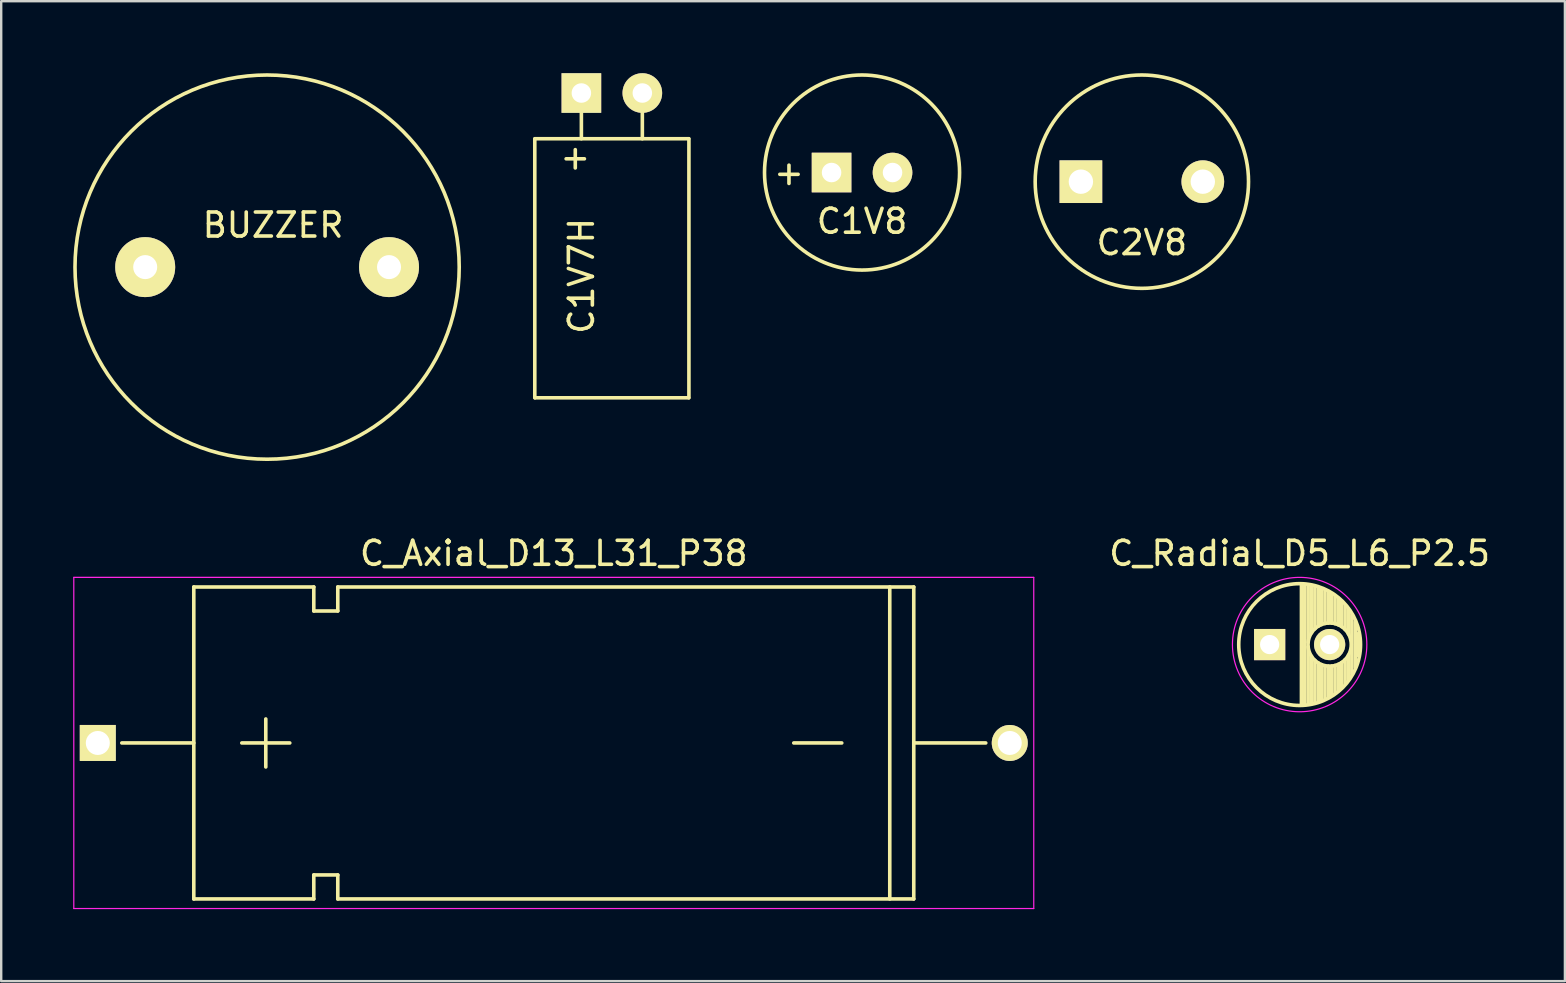
<source format=kicad_pcb>
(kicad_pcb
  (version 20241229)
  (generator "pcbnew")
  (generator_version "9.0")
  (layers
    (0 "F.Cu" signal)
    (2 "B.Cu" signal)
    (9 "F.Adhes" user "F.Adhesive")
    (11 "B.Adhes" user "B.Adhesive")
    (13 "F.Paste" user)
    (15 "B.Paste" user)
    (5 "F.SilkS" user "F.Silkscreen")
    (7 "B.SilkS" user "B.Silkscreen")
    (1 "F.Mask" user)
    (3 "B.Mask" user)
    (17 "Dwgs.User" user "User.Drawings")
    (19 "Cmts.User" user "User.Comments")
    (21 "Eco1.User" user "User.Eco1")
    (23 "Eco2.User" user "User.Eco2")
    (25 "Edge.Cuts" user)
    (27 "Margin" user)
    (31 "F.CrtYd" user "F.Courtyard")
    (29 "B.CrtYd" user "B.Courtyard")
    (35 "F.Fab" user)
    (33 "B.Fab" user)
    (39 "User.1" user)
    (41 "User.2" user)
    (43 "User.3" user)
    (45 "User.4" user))
  (footprint "C2V8"
    (layer "F.Cu")
    (at 44.529 4.52)
    (property "Reference" "C2V8" (at 0 2.54 0) (layer "F.SilkS") (effects (font (size 1 1) (thickness 0.15))))
    (attr through_hole)
    (fp_circle (center 0 0) (end -4.445 0) (stroke (width 0.15) (type solid)) (fill no) (layer "F.SilkS"))
    (pad "1" thru_hole rect (at -2.54 0) (size 1.778 1.778) (drill 1.016) (layers "*.Cu" "*.Mask" "F.SilkS"))
    (pad "2" thru_hole circle (at 2.54 0) (size 1.778 1.778) (drill 1.016) (layers "*.Cu" "*.Mask" "F.SilkS")))
  (footprint "BUZZER"
    (layer "F.Cu")
    (at 8.08 8.08)
    (property "Reference" "BUZZER" (at 0.249 -1.75 0) (layer "F.SilkS") (effects (font (size 1 1) (thickness 0.15))))
    (attr through_hole)
    (fp_circle (center 0 0) (end 8.001 0.249) (stroke (width 0.15) (type solid)) (fill no) (layer "F.SilkS"))
    (pad "1" thru_hole circle (at -5.08 0) (size 2.499 2.499) (drill 1.001) (layers "*.Cu" "*.Mask" "F.SilkS"))
    (pad "2" thru_hole circle (at 5.08 0) (size 2.499 2.499) (drill 1.001) (layers "*.Cu" "*.Mask" "F.SilkS")))
  (footprint "C_Radial_D5_L6_P2.5"
    (layer "F.Cu")
    (at 49.854 23.808)
    (property "Reference" "C_Radial_D5_L6_P2.5" (at 1.25 -3.8 0) (layer "F.SilkS") (effects (font (size 1 1) (thickness 0.15))))
    (attr through_hole)
    (fp_line (start 1.325 -2.499) (end 1.325 2.499) (stroke (width 0.15) (type solid)) (layer "F.SilkS"))
    (fp_line (start 1.465 -2.491) (end 1.465 2.491) (stroke (width 0.15) (type solid)) (layer "F.SilkS"))
    (fp_line (start 1.605 -2.475) (end 1.605 -0.095) (stroke (width 0.15) (type solid)) (layer "F.SilkS"))
    (fp_line (start 1.605 0.095) (end 1.605 2.475) (stroke (width 0.15) (type solid)) (layer "F.SilkS"))
    (fp_line (start 1.745 -2.451) (end 1.745 -0.49) (stroke (width 0.15) (type solid)) (layer "F.SilkS"))
    (fp_line (start 1.745 0.49) (end 1.745 2.451) (stroke (width 0.15) (type solid)) (layer "F.SilkS"))
    (fp_line (start 1.885 -2.418) (end 1.885 -0.657) (stroke (width 0.15) (type solid)) (layer "F.SilkS"))
    (fp_line (start 1.885 0.657) (end 1.885 2.418) (stroke (width 0.15) (type solid)) (layer "F.SilkS"))
    (fp_line (start 2.025 -2.377) (end 2.025 -0.764) (stroke (width 0.15) (type solid)) (layer "F.SilkS"))
    (fp_line (start 2.025 0.764) (end 2.025 2.377) (stroke (width 0.15) (type solid)) (layer "F.SilkS"))
    (fp_line (start 2.165 -2.327) (end 2.165 -0.835) (stroke (width 0.15) (type solid)) (layer "F.SilkS"))
    (fp_line (start 2.165 0.835) (end 2.165 2.327) (stroke (width 0.15) (type solid)) (layer "F.SilkS"))
    (fp_line (start 2.305 -2.266) (end 2.305 -0.879) (stroke (width 0.15) (type solid)) (layer "F.SilkS"))
    (fp_line (start 2.305 0.879) (end 2.305 2.266) (stroke (width 0.15) (type solid)) (layer "F.SilkS"))
    (fp_line (start 2.445 -2.196) (end 2.445 -0.898) (stroke (width 0.15) (type solid)) (layer "F.SilkS"))
    (fp_line (start 2.445 0.898) (end 2.445 2.196) (stroke (width 0.15) (type solid)) (layer "F.SilkS"))
    (fp_line (start 2.585 -2.114) (end 2.585 -0.896) (stroke (width 0.15) (type solid)) (layer "F.SilkS"))
    (fp_line (start 2.585 0.896) (end 2.585 2.114) (stroke (width 0.15) (type solid)) (layer "F.SilkS"))
    (fp_line (start 2.725 -2.019) (end 2.725 -0.871) (stroke (width 0.15) (type solid)) (layer "F.SilkS"))
    (fp_line (start 2.725 0.871) (end 2.725 2.019) (stroke (width 0.15) (type solid)) (layer "F.SilkS"))
    (fp_line (start 2.865 -1.908) (end 2.865 -0.823) (stroke (width 0.15) (type solid)) (layer "F.SilkS"))
    (fp_line (start 2.865 0.823) (end 2.865 1.908) (stroke (width 0.15) (type solid)) (layer "F.SilkS"))
    (fp_line (start 3.005 -1.78) (end 3.005 -0.745) (stroke (width 0.15) (type solid)) (layer "F.SilkS"))
    (fp_line (start 3.005 0.745) (end 3.005 1.78) (stroke (width 0.15) (type solid)) (layer "F.SilkS"))
    (fp_line (start 3.145 -1.631) (end 3.145 -0.628) (stroke (width 0.15) (type solid)) (layer "F.SilkS"))
    (fp_line (start 3.145 0.628) (end 3.145 1.631) (stroke (width 0.15) (type solid)) (layer "F.SilkS"))
    (fp_line (start 3.285 -1.452) (end 3.285 -0.44) (stroke (width 0.15) (type solid)) (layer "F.SilkS"))
    (fp_line (start 3.285 0.44) (end 3.285 1.452) (stroke (width 0.15) (type solid)) (layer "F.SilkS"))
    (fp_line (start 3.425 -1.233) (end 3.425 1.233) (stroke (width 0.15) (type solid)) (layer "F.SilkS"))
    (fp_line (start 3.565 -0.944) (end 3.565 0.944) (stroke (width 0.15) (type solid)) (layer "F.SilkS"))
    (fp_line (start 3.705 -0.472) (end 3.705 0.472) (stroke (width 0.15) (type solid)) (layer "F.SilkS"))
    (fp_circle (center 1.25 0) (end 1.25 -2.538) (stroke (width 0.15) (type solid)) (fill no) (layer "F.SilkS"))
    (fp_circle (center 2.5 0) (end 2.5 -0.9) (stroke (width 0.15) (type solid)) (fill no) (layer "F.SilkS"))
    (fp_circle (center 1.25 0) (end 1.25 -2.8) (stroke (width 0.05) (type solid)) (fill no) (layer "F.CrtYd"))
    (pad "1" thru_hole rect (at 0 0) (size 1.3 1.3) (drill 0.8) (layers "*.Cu" "*.Mask" "F.SilkS"))
    (pad "2" thru_hole circle (at 2.5 0) (size 1.3 1.3) (drill 0.8) (layers "*.Cu" "*.Mask" "F.SilkS")))
  (footprint "C1V7H"
    (layer "F.Cu")
    (at 22.445 0.826)
    (property "Reference" "C1V7H" (at -1.267 7.62 90) (layer "F.SilkS") (effects (font (size 1 1) (thickness 0.15))))
    (attr through_hole)
    (fp_line (start -3.211 1.905) (end -3.211 12.7) (stroke (width 0.15) (type solid)) (layer "F.SilkS"))
    (fp_line (start -3.2 12.7) (end 3.2 12.7) (stroke (width 0.15) (type solid)) (layer "F.SilkS"))
    (fp_line (start -1.27 0) (end -1.27 1.905) (stroke (width 0.15) (type solid)) (layer "F.SilkS"))
    (fp_line (start 1.27 0) (end 1.27 1.905) (stroke (width 0.15) (type solid)) (layer "F.SilkS"))
    (fp_line (start 3.2 1.905) (end -3.2 1.905) (stroke (width 0.15) (type solid)) (layer "F.SilkS"))
    (fp_line (start 3.211 12.7) (end 3.211 1.905) (stroke (width 0.15) (type solid)) (layer "F.SilkS"))
    (fp_text user "+" (at -1.524 2.667 0) (layer "F.SilkS") (effects (font (size 1 1) (thickness 0.15))))
    (pad "1" thru_hole rect (at -1.27 0) (size 1.651 1.651) (drill 0.813) (layers "*.Cu" "*.Mask" "F.SilkS"))
    (pad "2" thru_hole circle (at 1.27 0) (size 1.651 1.651) (drill 0.813) (layers "*.Cu" "*.Mask" "F.SilkS")))
  (footprint "C1V8"
    (layer "F.Cu")
    (at 32.87 4.139)
    (property "Reference" "C1V8" (at 0 2.032 0) (layer "F.SilkS") (effects (font (size 1 1) (thickness 0.15))))
    (attr through_hole)
    (fp_circle (center 0 0) (end 4.064 0) (stroke (width 0.15) (type solid)) (fill no) (layer "F.SilkS"))
    (fp_text user "+" (at -3.045 0 0) (layer "F.SilkS") (effects (font (size 1 1) (thickness 0.15))))
    (pad "1" thru_hole rect (at -1.27 0) (size 1.651 1.651) (drill 0.813) (layers "*.Cu" "*.Mask" "F.SilkS"))
    (pad "2" thru_hole circle (at 1.27 0) (size 1.651 1.651) (drill 0.813) (layers "*.Cu" "*.Mask" "F.SilkS")))
  (footprint "C_Axial_D13_L31_P38"
    (layer "F.Cu")
    (at 1.025 27.908)
    (property "Reference" "C_Axial_D13_L31_P38" (at 19 -7.9 0) (layer "F.SilkS") (effects (font (size 1 1) (thickness 0.15))))
    (attr through_hole)
    (fp_line (start 4 0) (end 1 0) (stroke (width 0.15) (type solid)) (layer "F.SilkS"))
    (fp_line (start 4 6.5) (end 4 -6.5) (stroke (width 0.15) (type solid)) (layer "F.SilkS"))
    (fp_line (start 6 0) (end 8 0) (stroke (width 0.15) (type solid)) (layer "F.SilkS"))
    (fp_line (start 7 1) (end 7 -1) (stroke (width 0.15) (type solid)) (layer "F.SilkS"))
    (fp_line (start 9 -6.5) (end 4 -6.5) (stroke (width 0.15) (type solid)) (layer "F.SilkS"))
    (fp_line (start 9 -6.5) (end 9 -5.5) (stroke (width 0.15) (type solid)) (layer "F.SilkS"))
    (fp_line (start 9 -5.5) (end 10 -5.5) (stroke (width 0.15) (type solid)) (layer "F.SilkS"))
    (fp_line (start 9 5.5) (end 9 6.5) (stroke (width 0.15) (type solid)) (layer "F.SilkS"))
    (fp_line (start 9 6.5) (end 4 6.5) (stroke (width 0.15) (type solid)) (layer "F.SilkS"))
    (fp_line (start 10 -5.5) (end 10 -6.5) (stroke (width 0.15) (type solid)) (layer "F.SilkS"))
    (fp_line (start 10 5.5) (end 9 5.5) (stroke (width 0.15) (type solid)) (layer "F.SilkS"))
    (fp_line (start 10 6.5) (end 10 5.5) (stroke (width 0.15) (type solid)) (layer "F.SilkS"))
    (fp_line (start 10 6.5) (end 34 6.5) (stroke (width 0.15) (type solid)) (layer "F.SilkS"))
    (fp_line (start 29 0) (end 31 0) (stroke (width 0.15) (type solid)) (layer "F.SilkS"))
    (fp_line (start 33 -6.5) (end 33 6.5) (stroke (width 0.15) (type solid)) (layer "F.SilkS"))
    (fp_line (start 34 -6.5) (end 10 -6.5) (stroke (width 0.15) (type solid)) (layer "F.SilkS"))
    (fp_line (start 34 6.5) (end 34 -6.5) (stroke (width 0.15) (type solid)) (layer "F.SilkS"))
    (fp_line (start 37 0) (end 34 0) (stroke (width 0.15) (type solid)) (layer "F.SilkS"))
    (fp_line (start -1 -6.9) (end 39 -6.9) (stroke (width 0.05) (type solid)) (layer "F.CrtYd"))
    (fp_line (start -1 6.9) (end -1 -6.9) (stroke (width 0.05) (type solid)) (layer "F.CrtYd"))
    (fp_line (start 39 -6.9) (end 39 6.9) (stroke (width 0.05) (type solid)) (layer "F.CrtYd"))
    (fp_line (start 39 6.9) (end -1 6.9) (stroke (width 0.05) (type solid)) (layer "F.CrtYd"))
    (pad "1" thru_hole rect (at 0 0) (size 1.5 1.5) (drill 1) (layers "*.Cu" "*.Mask" "F.SilkS"))
    (pad "2" thru_hole circle (at 38 0) (size 1.5 1.5) (drill 1) (layers "*.Cu" "*.Mask" "F.SilkS")))
  (gr_rect
    (start -3 -3)
    (end 62.157 37.833)
    (stroke (width 0.1) (type default))
    (fill no)
    (layer "Edge.Cuts")))
</source>
